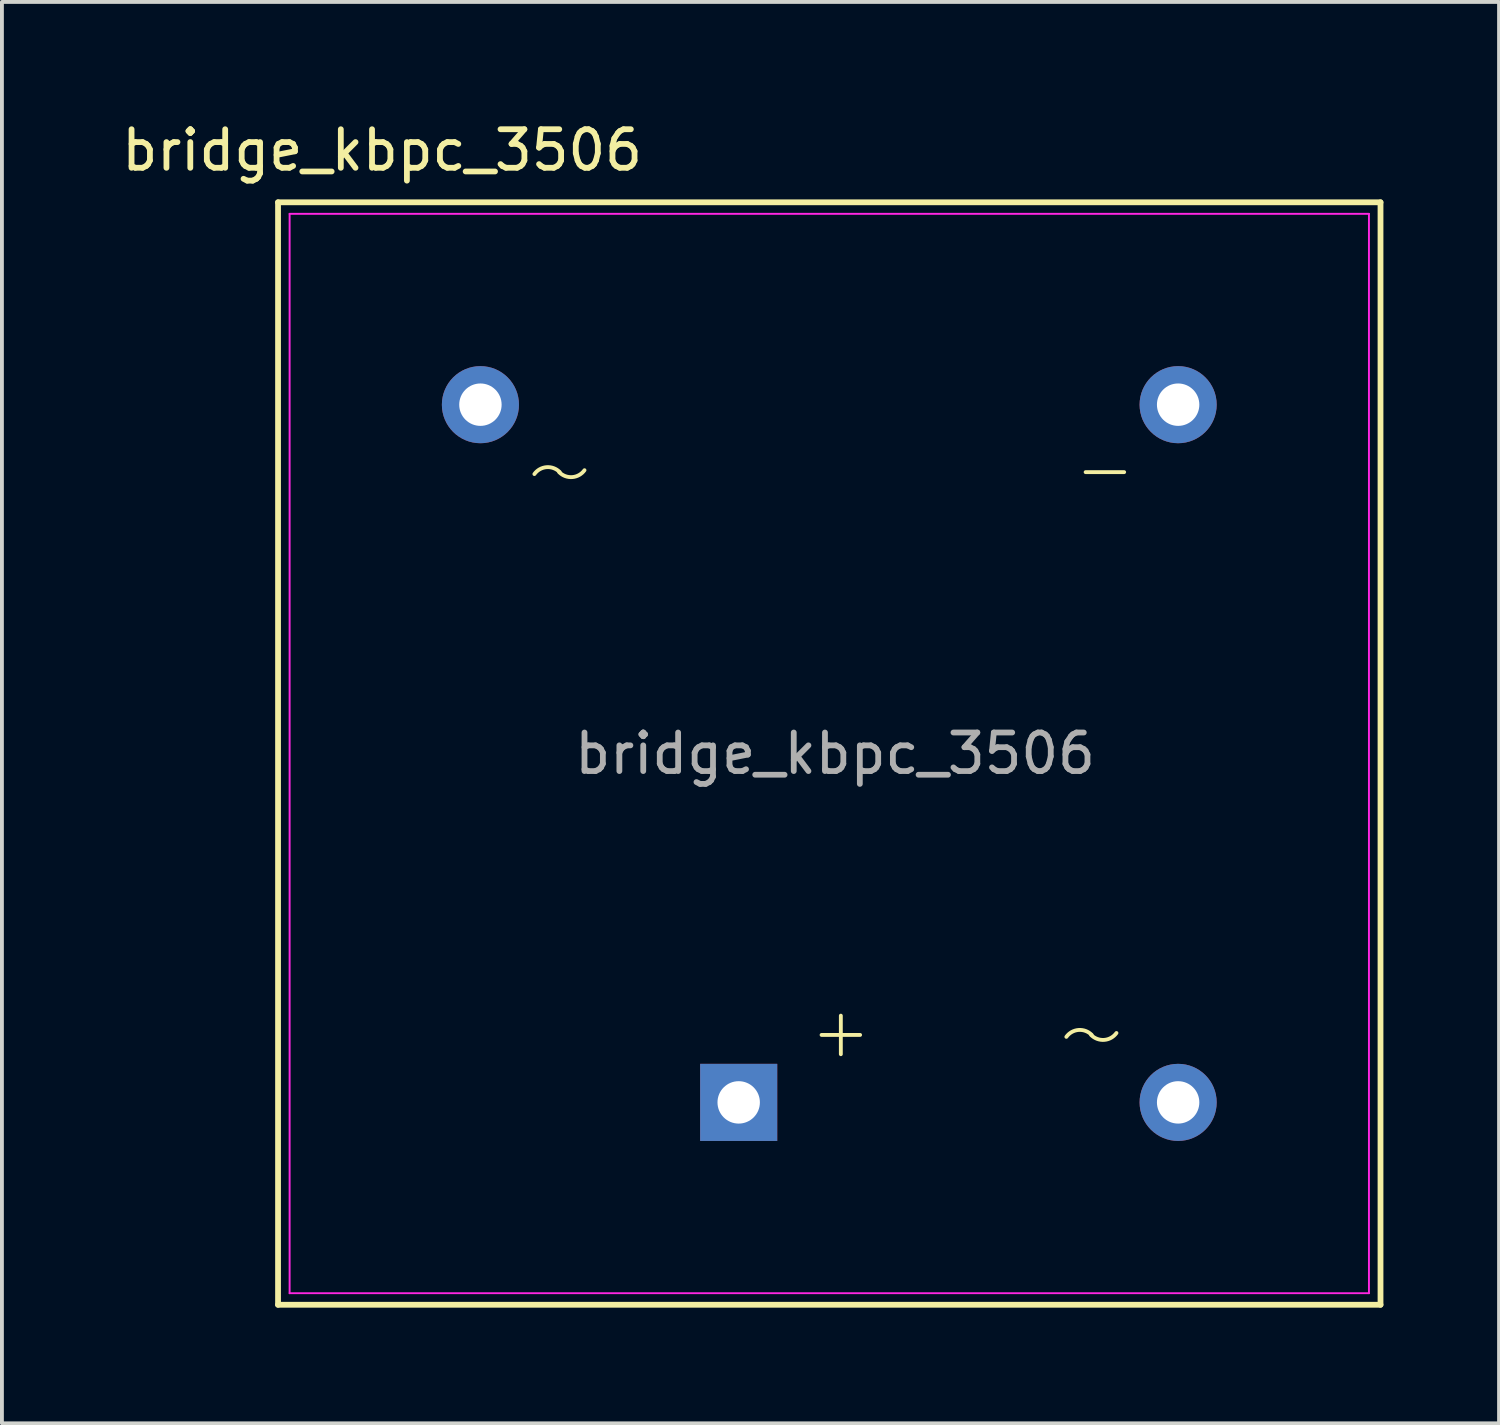
<source format=kicad_pcb>
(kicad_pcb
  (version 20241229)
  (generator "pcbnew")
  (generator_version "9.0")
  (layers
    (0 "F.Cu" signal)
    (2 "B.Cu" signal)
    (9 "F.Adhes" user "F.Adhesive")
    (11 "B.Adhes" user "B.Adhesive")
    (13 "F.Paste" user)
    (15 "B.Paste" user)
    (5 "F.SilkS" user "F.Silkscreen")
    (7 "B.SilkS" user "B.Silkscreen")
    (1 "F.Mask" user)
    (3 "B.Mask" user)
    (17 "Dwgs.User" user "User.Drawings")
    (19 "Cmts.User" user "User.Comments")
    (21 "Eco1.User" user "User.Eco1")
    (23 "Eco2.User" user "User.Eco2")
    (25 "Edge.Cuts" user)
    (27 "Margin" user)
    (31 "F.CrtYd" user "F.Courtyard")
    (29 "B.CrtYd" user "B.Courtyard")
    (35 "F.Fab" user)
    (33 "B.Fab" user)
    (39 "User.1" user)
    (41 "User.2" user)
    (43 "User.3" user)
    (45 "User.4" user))
  (footprint "bridge_kbpc_3506"
    (layer "F.Cu")
    (at 9.413 7.448)
    (property "Reference" "bridge_kbpc_3506" (at -2.55 -6.6 0) (layer "F.SilkS") (effects (font (size 1 1) (thickness 0.15))))
    (attr through_hole)
    (fp_line (start -5.25 -5.25) (end -5.25 23.35) (stroke (width 0.15) (type solid)) (layer "F.SilkS"))
    (fp_line (start -5.25 -5.25) (end 23.35 -5.25) (stroke (width 0.15) (type solid)) (layer "F.SilkS"))
    (fp_line (start -5.25 23.35) (end 23.35 23.35) (stroke (width 0.15) (type solid)) (layer "F.SilkS"))
    (fp_line (start 8.85 16.35) (end 9.85 16.35) (stroke (width 0.1) (type solid)) (layer "F.SilkS"))
    (fp_line (start 9.35 15.85) (end 9.35 16.85) (stroke (width 0.1) (type solid)) (layer "F.SilkS"))
    (fp_line (start 15.7 1.75) (end 16.7 1.75) (stroke (width 0.1) (type solid)) (layer "F.SilkS"))
    (fp_line (start 23.35 -5.25) (end 23.35 23.35) (stroke (width 0.15) (type solid)) (layer "F.SilkS"))
    (fp_arc (start 1.4 1.8) (mid 1.716535 1.621188) (end 2.056979 1.748729) (stroke (width 0.1) (type solid)) (layer "F.SilkS"))
    (fp_arc (start 2.7 1.7) (mid 2.383465 1.878812) (end 2.043021 1.751271) (stroke (width 0.1) (type solid)) (layer "F.SilkS"))
    (fp_arc (start 15.2 16.4) (mid 15.516535 16.221188) (end 15.856979 16.348729) (stroke (width 0.1) (type solid)) (layer "F.SilkS"))
    (fp_arc (start 16.5 16.3) (mid 16.183465 16.478812) (end 15.843021 16.351271) (stroke (width 0.1) (type solid)) (layer "F.SilkS"))
    (fp_line (start -4.95 -4.95) (end 23.05 -4.95) (stroke (width 0.05) (type solid)) (layer "F.CrtYd"))
    (fp_line (start -4.95 23.05) (end -4.95 -4.95) (stroke (width 0.05) (type solid)) (layer "F.CrtYd"))
    (fp_line (start 23.05 -4.95) (end 23.05 23.05) (stroke (width 0.05) (type solid)) (layer "F.CrtYd"))
    (fp_line (start 23.05 23.05) (end -4.95 23.05) (stroke (width 0.05) (type solid)) (layer "F.CrtYd"))
    (fp_text user "${REFERENCE}" (at 9.2 9.05 0) (layer "F.Fab") (effects (font (size 1 1) (thickness 0.15))))
    (pad "1" thru_hole rect (at 6.7 18.1) (size 2 2) (drill 1.1) (layers "*.Cu" "*.Mask"))
    (pad "2" thru_hole circle (at 18.1 18.1) (size 2 2) (drill 1.1) (layers "*.Cu" "*.Mask"))
    (pad "3" thru_hole circle (at 18.1 0) (size 2 2) (drill 1.1) (layers "*.Cu" "*.Mask"))
    (pad "4" thru_hole circle (at 0 0) (size 2 2) (drill 1.1) (layers "*.Cu" "*.Mask")))
  (gr_rect
    (start -3 -3)
    (end 35.838 33.873)
    (stroke (width 0.1) (type default))
    (fill no)
    (layer "Edge.Cuts")))
</source>
